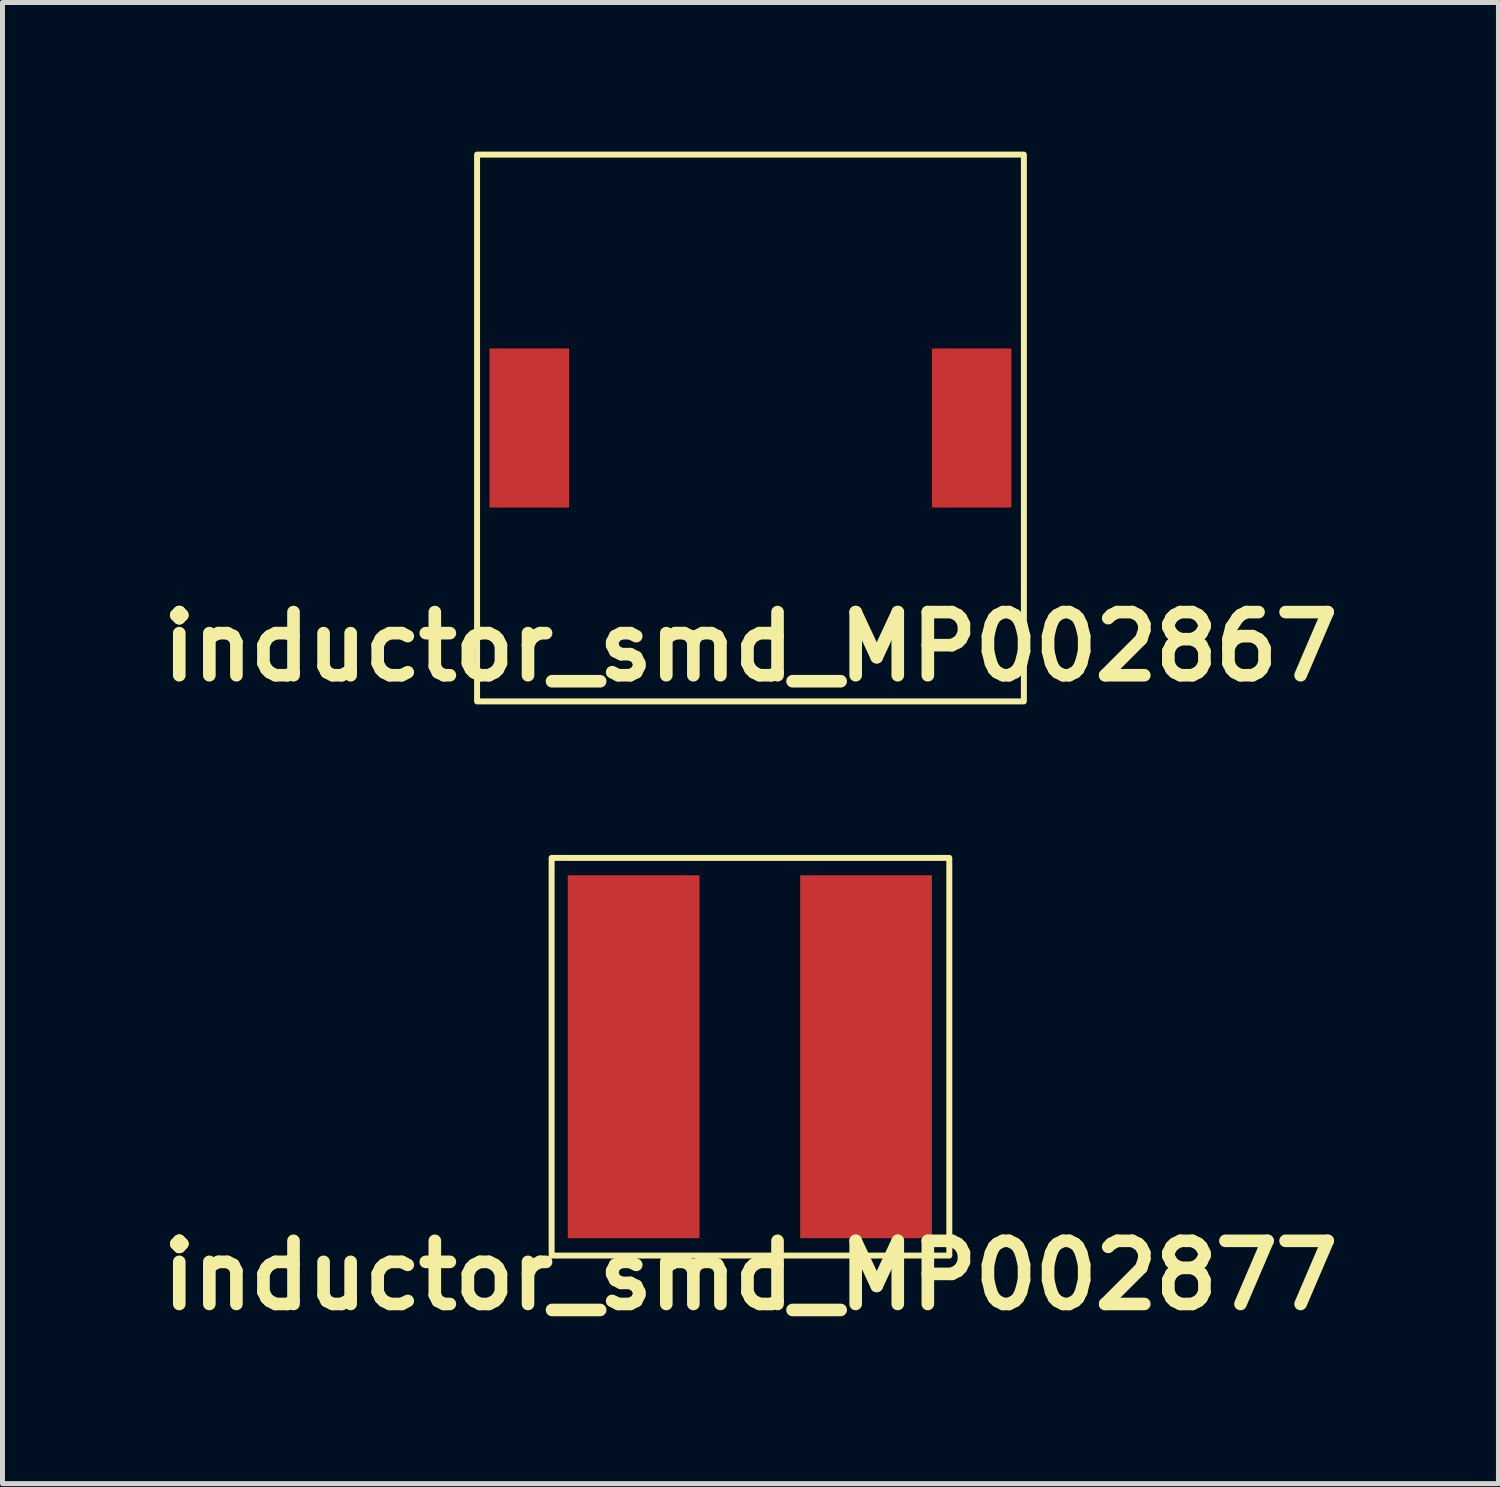
<source format=kicad_pcb>
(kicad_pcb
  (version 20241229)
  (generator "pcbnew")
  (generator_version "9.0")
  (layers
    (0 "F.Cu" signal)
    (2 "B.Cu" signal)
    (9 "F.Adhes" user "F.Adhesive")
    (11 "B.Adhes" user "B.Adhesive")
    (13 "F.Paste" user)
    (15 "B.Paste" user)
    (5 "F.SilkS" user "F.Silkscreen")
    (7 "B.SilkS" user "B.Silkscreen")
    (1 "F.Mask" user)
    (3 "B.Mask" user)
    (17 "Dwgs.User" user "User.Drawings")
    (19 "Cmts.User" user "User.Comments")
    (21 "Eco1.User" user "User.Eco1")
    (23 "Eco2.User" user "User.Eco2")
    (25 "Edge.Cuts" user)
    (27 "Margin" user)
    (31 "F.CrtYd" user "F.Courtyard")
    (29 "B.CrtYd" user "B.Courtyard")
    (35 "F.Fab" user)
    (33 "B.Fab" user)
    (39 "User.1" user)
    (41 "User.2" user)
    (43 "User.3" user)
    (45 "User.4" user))
  (footprint "inductor_smd_MP002877"
    (layer "F.Cu")
    (at 12.047 18.208)
    (property "Reference" "inductor_smd_MP002877" (at 0 4.399 0) (layer "F.SilkS") (effects (font (size 1.27 1.27) (thickness 0.254))))
    (attr through_hole)
    (fp_rect (start 4 4) (end -4 -4) (stroke (width 0.12) (type solid)) (fill no) (layer "F.SilkS"))
    (pad "1" smd rect (at 2.325 0) (size 2.65 7.3) (layers "F.Cu" "F.Mask" "F.Paste"))
    (pad "2" smd rect (at -2.35 0) (size 2.65 7.3) (layers "F.Cu" "F.Mask" "F.Paste")))
  (footprint "inductor_smd_MP002867"
    (layer "F.Cu")
    (at 12.047 5.56)
    (property "Reference" "inductor_smd_MP002867" (at 0 4.399 0) (layer "F.SilkS") (effects (font (size 1.27 1.27) (thickness 0.254))))
    (attr through_hole)
    (fp_rect (start 5.5 5.5) (end -5.5 -5.5) (stroke (width 0.12) (type solid)) (fill no) (layer "F.SilkS"))
    (pad "1" smd rect (at 4.45 0) (size 1.6 3.2) (layers "F.Cu" "F.Mask" "F.Paste"))
    (pad "2" smd rect (at -4.45 0) (size 1.6 3.2) (layers "F.Cu" "F.Mask" "F.Paste")))
  (gr_rect
    (start -3 -3)
    (end 27.094 26.796)
    (stroke (width 0.1) (type default))
    (fill no)
    (layer "Edge.Cuts")))
</source>
